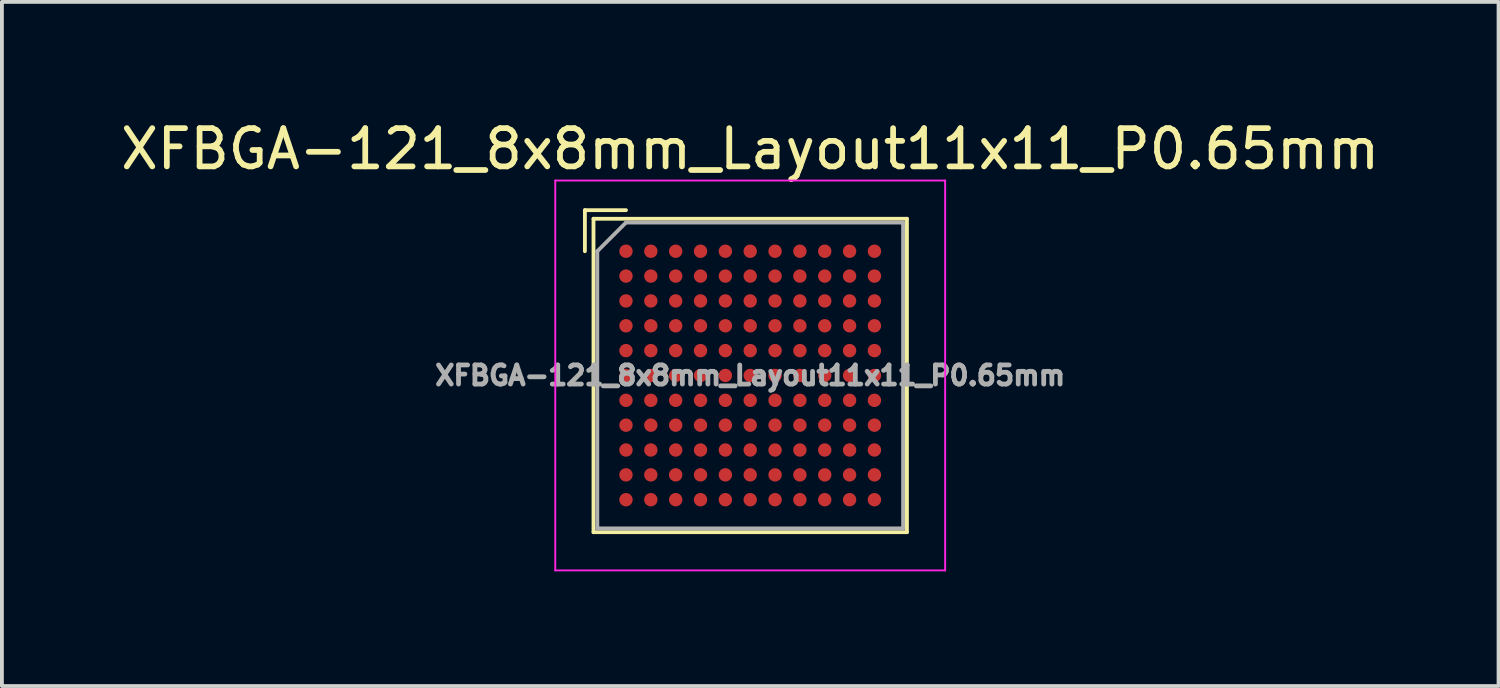
<source format=kicad_pcb>
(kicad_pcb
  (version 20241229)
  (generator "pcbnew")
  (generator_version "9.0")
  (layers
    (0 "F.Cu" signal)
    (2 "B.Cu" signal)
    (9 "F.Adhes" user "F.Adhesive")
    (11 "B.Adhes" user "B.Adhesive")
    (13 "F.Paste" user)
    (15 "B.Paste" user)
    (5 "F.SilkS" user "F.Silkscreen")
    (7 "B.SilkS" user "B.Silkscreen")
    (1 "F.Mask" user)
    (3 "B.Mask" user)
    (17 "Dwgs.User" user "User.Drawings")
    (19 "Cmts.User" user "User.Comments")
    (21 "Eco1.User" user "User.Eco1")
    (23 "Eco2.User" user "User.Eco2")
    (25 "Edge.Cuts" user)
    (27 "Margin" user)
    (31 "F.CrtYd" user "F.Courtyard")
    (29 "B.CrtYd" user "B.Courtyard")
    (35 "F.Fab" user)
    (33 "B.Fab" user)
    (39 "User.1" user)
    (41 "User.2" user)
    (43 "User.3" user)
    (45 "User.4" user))
  (footprint "XFBGA-121_8x8mm_Layout11x11_P0.65mm"
    (layer "F.Cu")
    (at 16.577 6.773)
    (property "Reference" "XFBGA-121_8x8mm_Layout11x11_P0.65mm" (at 0 -5.925 0) (layer "F.SilkS") (effects (font (size 1 1) (thickness 0.15))))
    (attr smd)
    (fp_line (start -4.325 -4.325) (end -4.325 -3.25) (stroke (width 0.1) (type solid)) (layer "F.SilkS"))
    (fp_line (start -4.1 -4.1) (end 4.1 -4.1) (stroke (width 0.1) (type solid)) (layer "F.SilkS"))
    (fp_line (start -4.1 4.1) (end -4.1 -4.1) (stroke (width 0.1) (type solid)) (layer "F.SilkS"))
    (fp_line (start -4.1 4.1) (end 4.1 4.1) (stroke (width 0.1) (type solid)) (layer "F.SilkS"))
    (fp_line (start -3.25 -4.325) (end -4.325 -4.325) (stroke (width 0.1) (type solid)) (layer "F.SilkS"))
    (fp_line (start 4.1 4.1) (end 4.1 -4.1) (stroke (width 0.1) (type solid)) (layer "F.SilkS"))
    (fp_line (start -5.1 -5.1) (end 5.1 -5.1) (stroke (width 0.05) (type solid)) (layer "F.CrtYd"))
    (fp_line (start -5.1 5.1) (end -5.1 -5.1) (stroke (width 0.05) (type solid)) (layer "F.CrtYd"))
    (fp_line (start -5.1 5.1) (end 5.1 5.1) (stroke (width 0.05) (type solid)) (layer "F.CrtYd"))
    (fp_line (start 5.1 5.1) (end 5.1 -5.1) (stroke (width 0.05) (type solid)) (layer "F.CrtYd"))
    (fp_line (start -4 -3.25) (end -3.25 -4) (stroke (width 0.1) (type solid)) (layer "F.Fab"))
    (fp_line (start -4 4) (end -4 -3.25) (stroke (width 0.1) (type solid)) (layer "F.Fab"))
    (fp_line (start -4 4) (end 4 4) (stroke (width 0.1) (type solid)) (layer "F.Fab"))
    (fp_line (start -3.25 -4) (end 4 -4) (stroke (width 0.1) (type solid)) (layer "F.Fab"))
    (fp_line (start 4 4) (end 4 -4) (stroke (width 0.1) (type solid)) (layer "F.Fab"))
    (fp_text user "${REFERENCE}" (at 0 0 0) (layer "F.Fab") (effects (font (size 0.5 0.5) (thickness 0.125))))
    (pad "A1" smd circle (at -3.25 -3.25) (size 0.35 0.35) (layers "F.Cu" "F.Mask" "F.Paste"))
    (pad "A2" smd circle (at -2.6 -3.25) (size 0.35 0.35) (layers "F.Cu" "F.Mask" "F.Paste"))
    (pad "A3" smd circle (at -1.95 -3.25) (size 0.35 0.35) (layers "F.Cu" "F.Mask" "F.Paste"))
    (pad "A4" smd circle (at -1.3 -3.25) (size 0.35 0.35) (layers "F.Cu" "F.Mask" "F.Paste"))
    (pad "A5" smd circle (at -0.65 -3.25) (size 0.35 0.35) (layers "F.Cu" "F.Mask" "F.Paste"))
    (pad "A6" smd circle (at 0 -3.25) (size 0.35 0.35) (layers "F.Cu" "F.Mask" "F.Paste"))
    (pad "A7" smd circle (at 0.65 -3.25) (size 0.35 0.35) (layers "F.Cu" "F.Mask" "F.Paste"))
    (pad "A8" smd circle (at 1.3 -3.25) (size 0.35 0.35) (layers "F.Cu" "F.Mask" "F.Paste"))
    (pad "A9" smd circle (at 1.95 -3.25) (size 0.35 0.35) (layers "F.Cu" "F.Mask" "F.Paste"))
    (pad "A10" smd circle (at 2.6 -3.25) (size 0.35 0.35) (layers "F.Cu" "F.Mask" "F.Paste"))
    (pad "A11" smd circle (at 3.25 -3.25) (size 0.35 0.35) (layers "F.Cu" "F.Mask" "F.Paste"))
    (pad "B1" smd circle (at -3.25 -2.6) (size 0.35 0.35) (layers "F.Cu" "F.Mask" "F.Paste"))
    (pad "B2" smd circle (at -2.6 -2.6) (size 0.35 0.35) (layers "F.Cu" "F.Mask" "F.Paste"))
    (pad "B3" smd circle (at -1.95 -2.6) (size 0.35 0.35) (layers "F.Cu" "F.Mask" "F.Paste"))
    (pad "B4" smd circle (at -1.3 -2.6) (size 0.35 0.35) (layers "F.Cu" "F.Mask" "F.Paste"))
    (pad "B5" smd circle (at -0.65 -2.6) (size 0.35 0.35) (layers "F.Cu" "F.Mask" "F.Paste"))
    (pad "B6" smd circle (at 0 -2.6) (size 0.35 0.35) (layers "F.Cu" "F.Mask" "F.Paste"))
    (pad "B7" smd circle (at 0.65 -2.6) (size 0.35 0.35) (layers "F.Cu" "F.Mask" "F.Paste"))
    (pad "B8" smd circle (at 1.3 -2.6) (size 0.35 0.35) (layers "F.Cu" "F.Mask" "F.Paste"))
    (pad "B9" smd circle (at 1.95 -2.6) (size 0.35 0.35) (layers "F.Cu" "F.Mask" "F.Paste"))
    (pad "B10" smd circle (at 2.6 -2.6) (size 0.35 0.35) (layers "F.Cu" "F.Mask" "F.Paste"))
    (pad "B11" smd circle (at 3.25 -2.6) (size 0.35 0.35) (layers "F.Cu" "F.Mask" "F.Paste"))
    (pad "C1" smd circle (at -3.25 -1.95) (size 0.35 0.35) (layers "F.Cu" "F.Mask" "F.Paste"))
    (pad "C2" smd circle (at -2.6 -1.95) (size 0.35 0.35) (layers "F.Cu" "F.Mask" "F.Paste"))
    (pad "C3" smd circle (at -1.95 -1.95) (size 0.35 0.35) (layers "F.Cu" "F.Mask" "F.Paste"))
    (pad "C4" smd circle (at -1.3 -1.95) (size 0.35 0.35) (layers "F.Cu" "F.Mask" "F.Paste"))
    (pad "C5" smd circle (at -0.65 -1.95) (size 0.35 0.35) (layers "F.Cu" "F.Mask" "F.Paste"))
    (pad "C6" smd circle (at 0 -1.95) (size 0.35 0.35) (layers "F.Cu" "F.Mask" "F.Paste"))
    (pad "C7" smd circle (at 0.65 -1.95) (size 0.35 0.35) (layers "F.Cu" "F.Mask" "F.Paste"))
    (pad "C8" smd circle (at 1.3 -1.95) (size 0.35 0.35) (layers "F.Cu" "F.Mask" "F.Paste"))
    (pad "C9" smd circle (at 1.95 -1.95) (size 0.35 0.35) (layers "F.Cu" "F.Mask" "F.Paste"))
    (pad "C10" smd circle (at 2.6 -1.95) (size 0.35 0.35) (layers "F.Cu" "F.Mask" "F.Paste"))
    (pad "C11" smd circle (at 3.25 -1.95) (size 0.35 0.35) (layers "F.Cu" "F.Mask" "F.Paste"))
    (pad "D1" smd circle (at -3.25 -1.3) (size 0.35 0.35) (layers "F.Cu" "F.Mask" "F.Paste"))
    (pad "D2" smd circle (at -2.6 -1.3) (size 0.35 0.35) (layers "F.Cu" "F.Mask" "F.Paste"))
    (pad "D3" smd circle (at -1.95 -1.3) (size 0.35 0.35) (layers "F.Cu" "F.Mask" "F.Paste"))
    (pad "D4" smd circle (at -1.3 -1.3) (size 0.35 0.35) (layers "F.Cu" "F.Mask" "F.Paste"))
    (pad "D5" smd circle (at -0.65 -1.3) (size 0.35 0.35) (layers "F.Cu" "F.Mask" "F.Paste"))
    (pad "D6" smd circle (at 0 -1.3) (size 0.35 0.35) (layers "F.Cu" "F.Mask" "F.Paste"))
    (pad "D7" smd circle (at 0.65 -1.3) (size 0.35 0.35) (layers "F.Cu" "F.Mask" "F.Paste"))
    (pad "D8" smd circle (at 1.3 -1.3) (size 0.35 0.35) (layers "F.Cu" "F.Mask" "F.Paste"))
    (pad "D9" smd circle (at 1.95 -1.3) (size 0.35 0.35) (layers "F.Cu" "F.Mask" "F.Paste"))
    (pad "D10" smd circle (at 2.6 -1.3) (size 0.35 0.35) (layers "F.Cu" "F.Mask" "F.Paste"))
    (pad "D11" smd circle (at 3.25 -1.3) (size 0.35 0.35) (layers "F.Cu" "F.Mask" "F.Paste"))
    (pad "E1" smd circle (at -3.25 -0.65) (size 0.35 0.35) (layers "F.Cu" "F.Mask" "F.Paste"))
    (pad "E2" smd circle (at -2.6 -0.65) (size 0.35 0.35) (layers "F.Cu" "F.Mask" "F.Paste"))
    (pad "E3" smd circle (at -1.95 -0.65) (size 0.35 0.35) (layers "F.Cu" "F.Mask" "F.Paste"))
    (pad "E4" smd circle (at -1.3 -0.65) (size 0.35 0.35) (layers "F.Cu" "F.Mask" "F.Paste"))
    (pad "E5" smd circle (at -0.65 -0.65) (size 0.35 0.35) (layers "F.Cu" "F.Mask" "F.Paste"))
    (pad "E6" smd circle (at 0 -0.65) (size 0.35 0.35) (layers "F.Cu" "F.Mask" "F.Paste"))
    (pad "E7" smd circle (at 0.65 -0.65) (size 0.35 0.35) (layers "F.Cu" "F.Mask" "F.Paste"))
    (pad "E8" smd circle (at 1.3 -0.65) (size 0.35 0.35) (layers "F.Cu" "F.Mask" "F.Paste"))
    (pad "E9" smd circle (at 1.95 -0.65) (size 0.35 0.35) (layers "F.Cu" "F.Mask" "F.Paste"))
    (pad "E10" smd circle (at 2.6 -0.65) (size 0.35 0.35) (layers "F.Cu" "F.Mask" "F.Paste"))
    (pad "E11" smd circle (at 3.25 -0.65) (size 0.35 0.35) (layers "F.Cu" "F.Mask" "F.Paste"))
    (pad "F1" smd circle (at -3.25 0) (size 0.35 0.35) (layers "F.Cu" "F.Mask" "F.Paste"))
    (pad "F2" smd circle (at -2.6 0) (size 0.35 0.35) (layers "F.Cu" "F.Mask" "F.Paste"))
    (pad "F3" smd circle (at -1.95 0) (size 0.35 0.35) (layers "F.Cu" "F.Mask" "F.Paste"))
    (pad "F4" smd circle (at -1.3 0) (size 0.35 0.35) (layers "F.Cu" "F.Mask" "F.Paste"))
    (pad "F5" smd circle (at -0.65 0) (size 0.35 0.35) (layers "F.Cu" "F.Mask" "F.Paste"))
    (pad "F6" smd circle (at 0 0) (size 0.35 0.35) (layers "F.Cu" "F.Mask" "F.Paste"))
    (pad "F7" smd circle (at 0.65 0) (size 0.35 0.35) (layers "F.Cu" "F.Mask" "F.Paste"))
    (pad "F8" smd circle (at 1.3 0) (size 0.35 0.35) (layers "F.Cu" "F.Mask" "F.Paste"))
    (pad "F9" smd circle (at 1.95 0) (size 0.35 0.35) (layers "F.Cu" "F.Mask" "F.Paste"))
    (pad "F10" smd circle (at 2.6 0) (size 0.35 0.35) (layers "F.Cu" "F.Mask" "F.Paste"))
    (pad "F11" smd circle (at 3.25 0) (size 0.35 0.35) (layers "F.Cu" "F.Mask" "F.Paste"))
    (pad "G1" smd circle (at -3.25 0.65) (size 0.35 0.35) (layers "F.Cu" "F.Mask" "F.Paste"))
    (pad "G2" smd circle (at -2.6 0.65) (size 0.35 0.35) (layers "F.Cu" "F.Mask" "F.Paste"))
    (pad "G3" smd circle (at -1.95 0.65) (size 0.35 0.35) (layers "F.Cu" "F.Mask" "F.Paste"))
    (pad "G4" smd circle (at -1.3 0.65) (size 0.35 0.35) (layers "F.Cu" "F.Mask" "F.Paste"))
    (pad "G5" smd circle (at -0.65 0.65) (size 0.35 0.35) (layers "F.Cu" "F.Mask" "F.Paste"))
    (pad "G6" smd circle (at 0 0.65) (size 0.35 0.35) (layers "F.Cu" "F.Mask" "F.Paste"))
    (pad "G7" smd circle (at 0.65 0.65) (size 0.35 0.35) (layers "F.Cu" "F.Mask" "F.Paste"))
    (pad "G8" smd circle (at 1.3 0.65) (size 0.35 0.35) (layers "F.Cu" "F.Mask" "F.Paste"))
    (pad "G9" smd circle (at 1.95 0.65) (size 0.35 0.35) (layers "F.Cu" "F.Mask" "F.Paste"))
    (pad "G10" smd circle (at 2.6 0.65) (size 0.35 0.35) (layers "F.Cu" "F.Mask" "F.Paste"))
    (pad "G11" smd circle (at 3.25 0.65) (size 0.35 0.35) (layers "F.Cu" "F.Mask" "F.Paste"))
    (pad "H1" smd circle (at -3.25 1.3) (size 0.35 0.35) (layers "F.Cu" "F.Mask" "F.Paste"))
    (pad "H2" smd circle (at -2.6 1.3) (size 0.35 0.35) (layers "F.Cu" "F.Mask" "F.Paste"))
    (pad "H3" smd circle (at -1.95 1.3) (size 0.35 0.35) (layers "F.Cu" "F.Mask" "F.Paste"))
    (pad "H4" smd circle (at -1.3 1.3) (size 0.35 0.35) (layers "F.Cu" "F.Mask" "F.Paste"))
    (pad "H5" smd circle (at -0.65 1.3) (size 0.35 0.35) (layers "F.Cu" "F.Mask" "F.Paste"))
    (pad "H6" smd circle (at 0 1.3) (size 0.35 0.35) (layers "F.Cu" "F.Mask" "F.Paste"))
    (pad "H7" smd circle (at 0.65 1.3) (size 0.35 0.35) (layers "F.Cu" "F.Mask" "F.Paste"))
    (pad "H8" smd circle (at 1.3 1.3) (size 0.35 0.35) (layers "F.Cu" "F.Mask" "F.Paste"))
    (pad "H9" smd circle (at 1.95 1.3) (size 0.35 0.35) (layers "F.Cu" "F.Mask" "F.Paste"))
    (pad "H10" smd circle (at 2.6 1.3) (size 0.35 0.35) (layers "F.Cu" "F.Mask" "F.Paste"))
    (pad "H11" smd circle (at 3.25 1.3) (size 0.35 0.35) (layers "F.Cu" "F.Mask" "F.Paste"))
    (pad "J1" smd circle (at -3.25 1.95) (size 0.35 0.35) (layers "F.Cu" "F.Mask" "F.Paste"))
    (pad "J2" smd circle (at -2.6 1.95) (size 0.35 0.35) (layers "F.Cu" "F.Mask" "F.Paste"))
    (pad "J3" smd circle (at -1.95 1.95) (size 0.35 0.35) (layers "F.Cu" "F.Mask" "F.Paste"))
    (pad "J4" smd circle (at -1.3 1.95) (size 0.35 0.35) (layers "F.Cu" "F.Mask" "F.Paste"))
    (pad "J5" smd circle (at -0.65 1.95) (size 0.35 0.35) (layers "F.Cu" "F.Mask" "F.Paste"))
    (pad "J6" smd circle (at 0 1.95) (size 0.35 0.35) (layers "F.Cu" "F.Mask" "F.Paste"))
    (pad "J7" smd circle (at 0.65 1.95) (size 0.35 0.35) (layers "F.Cu" "F.Mask" "F.Paste"))
    (pad "J8" smd circle (at 1.3 1.95) (size 0.35 0.35) (layers "F.Cu" "F.Mask" "F.Paste"))
    (pad "J9" smd circle (at 1.95 1.95) (size 0.35 0.35) (layers "F.Cu" "F.Mask" "F.Paste"))
    (pad "J10" smd circle (at 2.6 1.95) (size 0.35 0.35) (layers "F.Cu" "F.Mask" "F.Paste"))
    (pad "J11" smd circle (at 3.25 1.95) (size 0.35 0.35) (layers "F.Cu" "F.Mask" "F.Paste"))
    (pad "K1" smd circle (at -3.25 2.6) (size 0.35 0.35) (layers "F.Cu" "F.Mask" "F.Paste"))
    (pad "K2" smd circle (at -2.6 2.6) (size 0.35 0.35) (layers "F.Cu" "F.Mask" "F.Paste"))
    (pad "K3" smd circle (at -1.95 2.6) (size 0.35 0.35) (layers "F.Cu" "F.Mask" "F.Paste"))
    (pad "K4" smd circle (at -1.3 2.6) (size 0.35 0.35) (layers "F.Cu" "F.Mask" "F.Paste"))
    (pad "K5" smd circle (at -0.65 2.6) (size 0.35 0.35) (layers "F.Cu" "F.Mask" "F.Paste"))
    (pad "K6" smd circle (at 0 2.6) (size 0.35 0.35) (layers "F.Cu" "F.Mask" "F.Paste"))
    (pad "K7" smd circle (at 0.65 2.6) (size 0.35 0.35) (layers "F.Cu" "F.Mask" "F.Paste"))
    (pad "K8" smd circle (at 1.3 2.6) (size 0.35 0.35) (layers "F.Cu" "F.Mask" "F.Paste"))
    (pad "K9" smd circle (at 1.95 2.6) (size 0.35 0.35) (layers "F.Cu" "F.Mask" "F.Paste"))
    (pad "K10" smd circle (at 2.6 2.6) (size 0.35 0.35) (layers "F.Cu" "F.Mask" "F.Paste"))
    (pad "K11" smd circle (at 3.25 2.6) (size 0.35 0.35) (layers "F.Cu" "F.Mask" "F.Paste"))
    (pad "L1" smd circle (at -3.25 3.25) (size 0.35 0.35) (layers "F.Cu" "F.Mask" "F.Paste"))
    (pad "L2" smd circle (at -2.6 3.25) (size 0.35 0.35) (layers "F.Cu" "F.Mask" "F.Paste"))
    (pad "L3" smd circle (at -1.95 3.25) (size 0.35 0.35) (layers "F.Cu" "F.Mask" "F.Paste"))
    (pad "L4" smd circle (at -1.3 3.25) (size 0.35 0.35) (layers "F.Cu" "F.Mask" "F.Paste"))
    (pad "L5" smd circle (at -0.65 3.25) (size 0.35 0.35) (layers "F.Cu" "F.Mask" "F.Paste"))
    (pad "L6" smd circle (at 0 3.25) (size 0.35 0.35) (layers "F.Cu" "F.Mask" "F.Paste"))
    (pad "L7" smd circle (at 0.65 3.25) (size 0.35 0.35) (layers "F.Cu" "F.Mask" "F.Paste"))
    (pad "L8" smd circle (at 1.3 3.25) (size 0.35 0.35) (layers "F.Cu" "F.Mask" "F.Paste"))
    (pad "L9" smd circle (at 1.95 3.25) (size 0.35 0.35) (layers "F.Cu" "F.Mask" "F.Paste"))
    (pad "L10" smd circle (at 2.6 3.25) (size 0.35 0.35) (layers "F.Cu" "F.Mask" "F.Paste"))
    (pad "L11" smd circle (at 3.25 3.25) (size 0.35 0.35) (layers "F.Cu" "F.Mask" "F.Paste")))
  (gr_rect
    (start -3 -3)
    (end 36.155 14.898)
    (stroke (width 0.1) (type default))
    (fill no)
    (layer "Edge.Cuts")))
</source>
